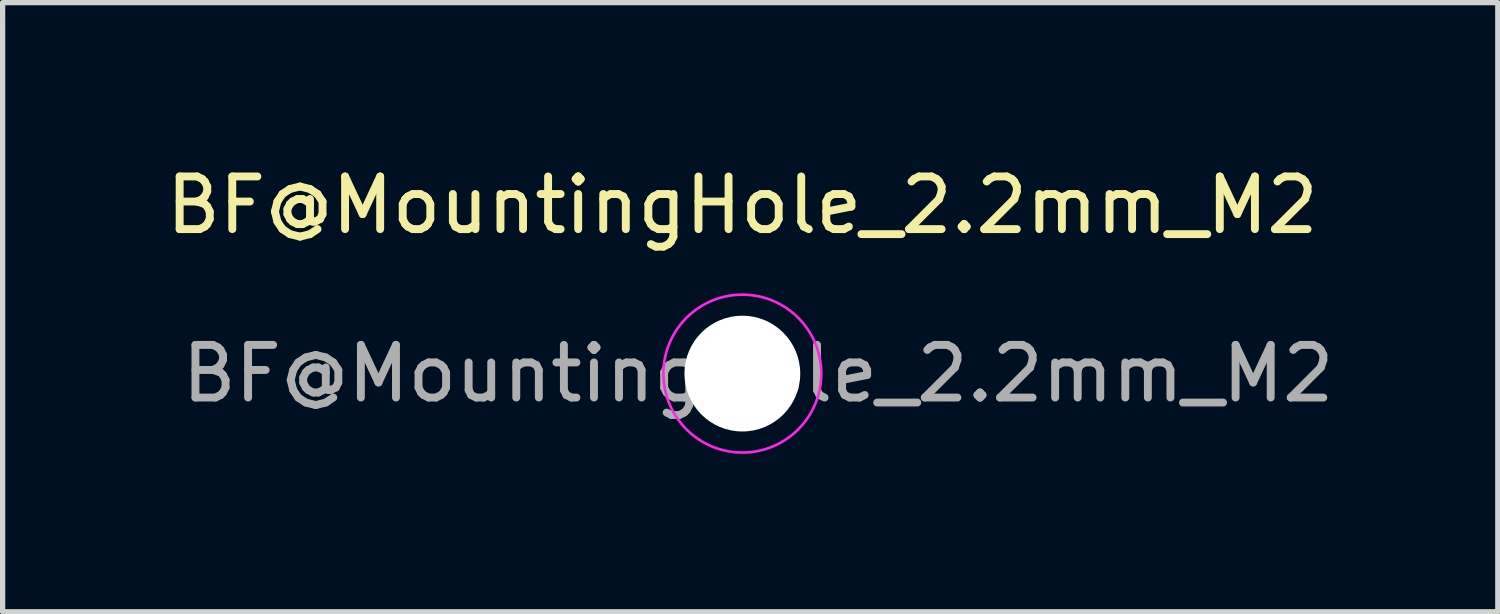
<source format=kicad_pcb>
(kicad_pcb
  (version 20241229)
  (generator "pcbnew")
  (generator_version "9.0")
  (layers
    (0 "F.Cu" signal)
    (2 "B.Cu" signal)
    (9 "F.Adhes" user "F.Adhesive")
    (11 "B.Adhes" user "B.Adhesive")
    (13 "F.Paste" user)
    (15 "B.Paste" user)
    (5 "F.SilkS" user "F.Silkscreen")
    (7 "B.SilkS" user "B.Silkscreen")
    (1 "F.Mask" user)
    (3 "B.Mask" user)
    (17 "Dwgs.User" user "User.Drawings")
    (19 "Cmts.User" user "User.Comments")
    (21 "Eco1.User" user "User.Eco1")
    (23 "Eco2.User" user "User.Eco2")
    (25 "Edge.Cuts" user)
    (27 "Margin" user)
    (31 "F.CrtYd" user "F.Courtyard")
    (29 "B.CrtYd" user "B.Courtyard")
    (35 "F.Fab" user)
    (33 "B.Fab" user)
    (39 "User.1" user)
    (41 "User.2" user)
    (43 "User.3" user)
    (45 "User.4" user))
  (footprint "BF@MountingHole_2.2mm_M2"
    (layer "F.Cu")
    (at 11.054 4.048)
    (property "Reference" "BF@MountingHole_2.2mm_M2" (at 0 -3.2 0) (layer "F.SilkS") (effects (font (size 1 1) (thickness 0.15))))
    (attr exclude_from_pos_files exclude_from_bom)
    (fp_circle (center 0 0) (end 1.5 0) (stroke (width 0.05) (type solid)) (fill no) (layer "F.CrtYd"))
    (fp_text user "${REFERENCE}" (at 0.3 0 0) (layer "F.Fab") (effects (font (size 1 1) (thickness 0.15))))
    (pad "" np_thru_hole circle (at 0 0) (size 2.2 2.2) (drill 2.2) (layers "*.Cu" "*.Mask")))
  (gr_rect
    (start -3 -3)
    (end 25.407 8.573)
    (stroke (width 0.1) (type default))
    (fill no)
    (layer "Edge.Cuts")))
</source>
